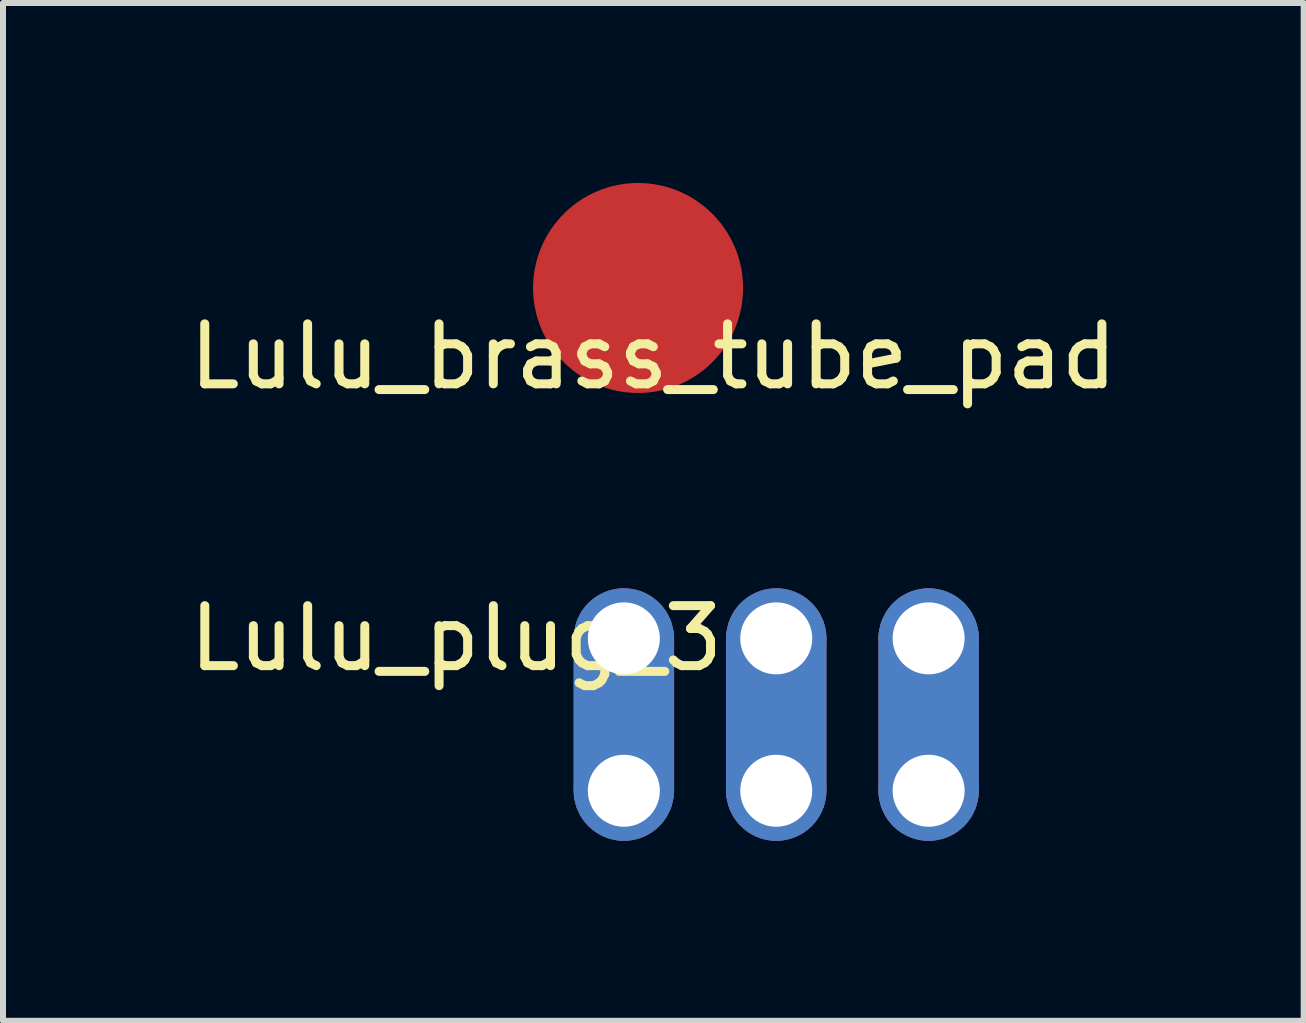
<source format=kicad_pcb>
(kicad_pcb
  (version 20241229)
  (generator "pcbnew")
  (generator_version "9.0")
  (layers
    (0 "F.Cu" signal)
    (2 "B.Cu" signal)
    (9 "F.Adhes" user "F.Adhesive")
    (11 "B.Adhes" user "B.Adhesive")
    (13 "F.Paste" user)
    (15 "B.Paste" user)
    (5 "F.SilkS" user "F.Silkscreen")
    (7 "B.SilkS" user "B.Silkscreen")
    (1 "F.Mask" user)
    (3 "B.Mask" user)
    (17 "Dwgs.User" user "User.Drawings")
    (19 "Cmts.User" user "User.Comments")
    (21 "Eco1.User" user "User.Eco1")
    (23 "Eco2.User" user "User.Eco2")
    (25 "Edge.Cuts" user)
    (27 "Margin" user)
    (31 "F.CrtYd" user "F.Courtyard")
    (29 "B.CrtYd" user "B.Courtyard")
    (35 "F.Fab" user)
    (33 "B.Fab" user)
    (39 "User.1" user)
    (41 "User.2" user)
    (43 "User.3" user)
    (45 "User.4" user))
  (footprint "Lulu_brass_tube_pad"
    (layer "F.Cu")
    (at 7.585 1.75)
    (property "Reference" "Lulu_brass_tube_pad" (at 0.254 1.143 0) (layer "F.SilkS") (effects (font (size 1 1) (thickness 0.15))))
    (attr smd)
    (pad "1" smd circle (at 0 0) (size 3.5 3.5) (layers "*.Paste" "*.Mask" "F.Cu")))
  (footprint "Lulu_plug_3"
    (layer "F.Cu")
    (at 9.888 8.86)
    (property "Reference" "Lulu_plug_3" (at -5.334 -1.27 0) (layer "F.SilkS") (effects (font (size 1 1) (thickness 0.15))))
    (attr through_hole)
    (pad "1" thru_hole circle (at -2.54 -1.27) (size 1.67 1.67) (drill 1.2) (layers "*.Cu" "*.Mask"))
    (pad "1" smd roundrect (at -2.54 0) (size 1.675 4.2) (layers "F.Cu" "F.Mask") (roundrect_rratio 0.5))
    (pad "1" smd roundrect (at -2.54 0) (size 1.675 4.2) (layers "B.Cu" "B.Mask") (roundrect_rratio 0.5))
    (pad "1" thru_hole circle (at -2.54 1.27) (size 1.67 1.67) (drill 1.2) (layers "*.Cu" "*.Mask"))
    (pad "2" thru_hole circle (at 0 -1.27) (size 1.67 1.67) (drill 1.2) (layers "*.Cu" "*.Mask"))
    (pad "2" smd roundrect (at 0 0) (size 1.675 4.2) (layers "F.Cu" "F.Mask") (roundrect_rratio 0.5))
    (pad "2" smd roundrect (at 0 0) (size 1.675 4.2) (layers "B.Cu" "B.Mask") (roundrect_rratio 0.5))
    (pad "2" thru_hole circle (at 0 1.27) (size 1.67 1.67) (drill 1.2) (layers "*.Cu" "*.Mask"))
    (pad "3" thru_hole circle (at 2.54 -1.27) (size 1.67 1.67) (drill 1.2) (layers "*.Cu" "*.Mask"))
    (pad "3" smd roundrect (at 2.54 0) (size 1.675 4.2) (layers "F.Cu" "F.Mask") (roundrect_rratio 0.5))
    (pad "3" smd roundrect (at 2.54 0) (size 1.675 4.2) (layers "B.Cu" "B.Mask") (roundrect_rratio 0.5))
    (pad "3" thru_hole circle (at 2.54 1.27) (size 1.67 1.67) (drill 1.2) (layers "*.Cu" "*.Mask")))
  (gr_rect
    (start -3 -3)
    (end 18.679 13.964)
    (stroke (width 0.1) (type default))
    (fill no)
    (layer "Edge.Cuts")))
</source>
